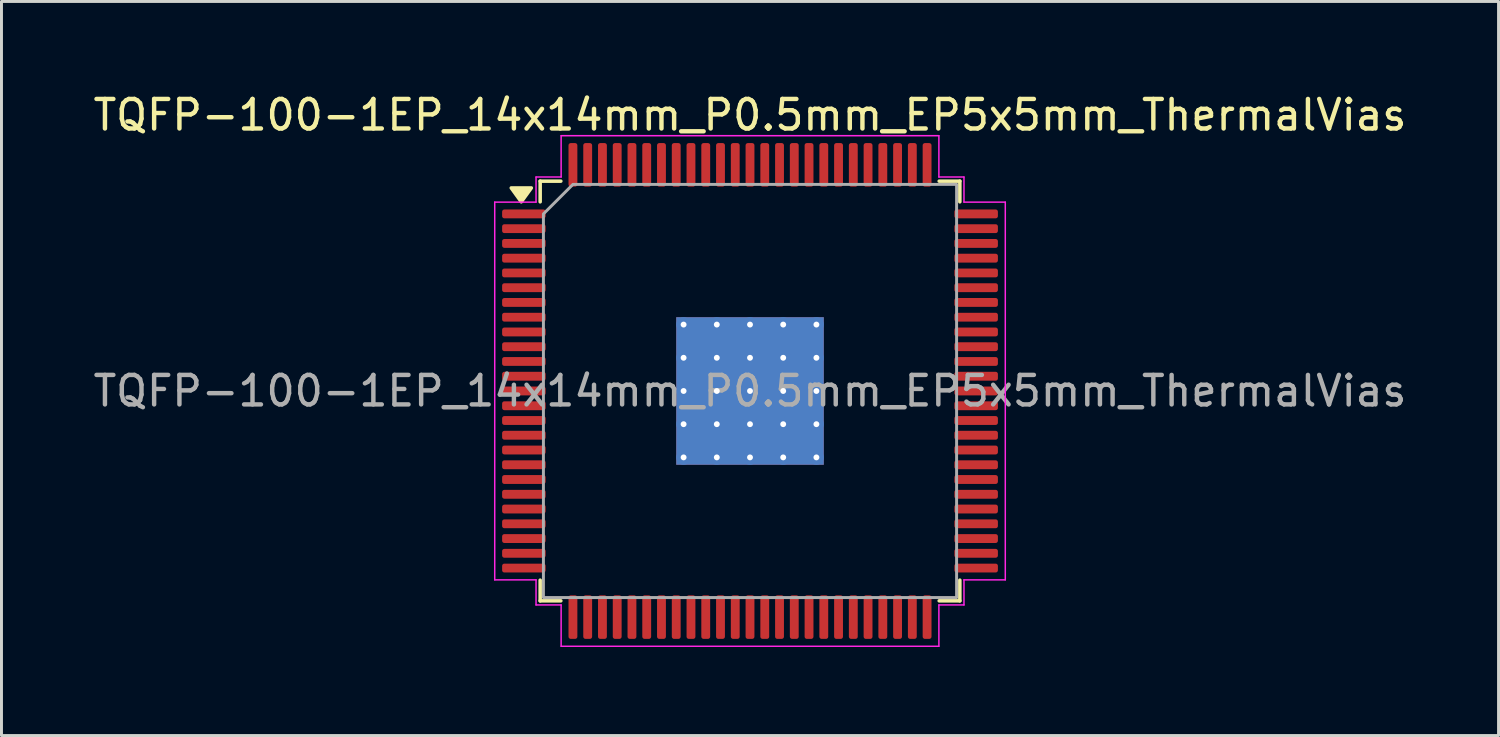
<source format=kicad_pcb>
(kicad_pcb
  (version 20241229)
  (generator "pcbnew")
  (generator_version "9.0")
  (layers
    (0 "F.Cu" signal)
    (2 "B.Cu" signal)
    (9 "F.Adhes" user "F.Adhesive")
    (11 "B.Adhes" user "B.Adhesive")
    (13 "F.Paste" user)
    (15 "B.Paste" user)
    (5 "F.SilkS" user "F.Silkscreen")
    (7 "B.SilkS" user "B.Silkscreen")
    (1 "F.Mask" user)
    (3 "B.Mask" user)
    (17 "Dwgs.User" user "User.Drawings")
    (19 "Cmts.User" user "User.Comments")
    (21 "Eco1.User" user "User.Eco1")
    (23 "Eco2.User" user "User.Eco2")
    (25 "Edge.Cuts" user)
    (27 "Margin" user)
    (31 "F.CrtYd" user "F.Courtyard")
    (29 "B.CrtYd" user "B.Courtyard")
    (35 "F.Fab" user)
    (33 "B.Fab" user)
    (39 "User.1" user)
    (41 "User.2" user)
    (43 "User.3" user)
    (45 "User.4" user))
  (footprint "TQFP-100-1EP_14x14mm_P0.5mm_EP5x5mm_ThermalVias"
    (layer "F.Cu")
    (at 22.363 10.198)
    (property "Reference" "TQFP-100-1EP_14x14mm_P0.5mm_EP5x5mm_ThermalVias" (at 0 -9.35 0) (layer "F.SilkS") (effects (font (size 1 1) (thickness 0.15))))
    (attr smd)
    (fp_line (start -7.11 -7.11) (end -6.41 -7.11) (stroke (width 0.12) (type solid)) (layer "F.SilkS"))
    (fp_line (start -7.11 -6.41) (end -7.11 -7.11) (stroke (width 0.12) (type solid)) (layer "F.SilkS"))
    (fp_line (start -7.11 7.11) (end -7.11 6.41) (stroke (width 0.12) (type solid)) (layer "F.SilkS"))
    (fp_line (start -6.41 7.11) (end -7.11 7.11) (stroke (width 0.12) (type solid)) (layer "F.SilkS"))
    (fp_line (start 6.41 -7.11) (end 7.11 -7.11) (stroke (width 0.12) (type solid)) (layer "F.SilkS"))
    (fp_line (start 7.11 -7.11) (end 7.11 -6.41) (stroke (width 0.12) (type solid)) (layer "F.SilkS"))
    (fp_line (start 7.11 6.41) (end 7.11 7.11) (stroke (width 0.12) (type solid)) (layer "F.SilkS"))
    (fp_line (start 7.11 7.11) (end 6.41 7.11) (stroke (width 0.12) (type solid)) (layer "F.SilkS"))
    (fp_poly (pts (xy -7.75 -6.41) (xy -8.09 -6.88) (xy -7.41 -6.88)) (stroke (width 0.12) (type solid)) (fill yes) (layer "F.SilkS"))
    (fp_line (start -8.65 -6.4) (end -7.25 -6.4) (stroke (width 0.05) (type solid)) (layer "F.CrtYd"))
    (fp_line (start -8.65 6.4) (end -8.65 -6.4) (stroke (width 0.05) (type solid)) (layer "F.CrtYd"))
    (fp_line (start -7.25 -7.25) (end -6.4 -7.25) (stroke (width 0.05) (type solid)) (layer "F.CrtYd"))
    (fp_line (start -7.25 -6.4) (end -7.25 -7.25) (stroke (width 0.05) (type solid)) (layer "F.CrtYd"))
    (fp_line (start -7.25 6.4) (end -8.65 6.4) (stroke (width 0.05) (type solid)) (layer "F.CrtYd"))
    (fp_line (start -7.25 7.25) (end -7.25 6.4) (stroke (width 0.05) (type solid)) (layer "F.CrtYd"))
    (fp_line (start -6.4 -8.65) (end 6.4 -8.65) (stroke (width 0.05) (type solid)) (layer "F.CrtYd"))
    (fp_line (start -6.4 -7.25) (end -6.4 -8.65) (stroke (width 0.05) (type solid)) (layer "F.CrtYd"))
    (fp_line (start -6.4 7.25) (end -7.25 7.25) (stroke (width 0.05) (type solid)) (layer "F.CrtYd"))
    (fp_line (start -6.4 8.65) (end -6.4 7.25) (stroke (width 0.05) (type solid)) (layer "F.CrtYd"))
    (fp_line (start 6.4 -8.65) (end 6.4 -7.25) (stroke (width 0.05) (type solid)) (layer "F.CrtYd"))
    (fp_line (start 6.4 -7.25) (end 7.25 -7.25) (stroke (width 0.05) (type solid)) (layer "F.CrtYd"))
    (fp_line (start 6.4 7.25) (end 6.4 8.65) (stroke (width 0.05) (type solid)) (layer "F.CrtYd"))
    (fp_line (start 6.4 8.65) (end -6.4 8.65) (stroke (width 0.05) (type solid)) (layer "F.CrtYd"))
    (fp_line (start 7.25 -7.25) (end 7.25 -6.4) (stroke (width 0.05) (type solid)) (layer "F.CrtYd"))
    (fp_line (start 7.25 -6.4) (end 8.65 -6.4) (stroke (width 0.05) (type solid)) (layer "F.CrtYd"))
    (fp_line (start 7.25 6.4) (end 7.25 7.25) (stroke (width 0.05) (type solid)) (layer "F.CrtYd"))
    (fp_line (start 7.25 7.25) (end 6.4 7.25) (stroke (width 0.05) (type solid)) (layer "F.CrtYd"))
    (fp_line (start 8.65 -6.4) (end 8.65 6.4) (stroke (width 0.05) (type solid)) (layer "F.CrtYd"))
    (fp_line (start 8.65 6.4) (end 7.25 6.4) (stroke (width 0.05) (type solid)) (layer "F.CrtYd"))
    (fp_poly (pts (xy -7 -6) (xy -7 7) (xy 7 7) (xy 7 -7) (xy -6 -7)) (stroke (width 0.1) (type solid)) (fill no) (layer "F.Fab"))
    (fp_text user "${REFERENCE}" (at 0 0 0) (layer "F.Fab") (effects (font (size 1 1) (thickness 0.15))))
    (pad "" smd roundrect (at -1.875 -1.875) (size 1.01 1.01) (layers "F.Paste") (roundrect_rratio 0.248))
    (pad "" smd roundrect (at -1.875 -0.625) (size 1.01 1.01) (layers "F.Paste") (roundrect_rratio 0.248))
    (pad "" smd roundrect (at -1.875 0.625) (size 1.01 1.01) (layers "F.Paste") (roundrect_rratio 0.248))
    (pad "" smd roundrect (at -1.875 1.875) (size 1.01 1.01) (layers "F.Paste") (roundrect_rratio 0.248))
    (pad "" smd roundrect (at -0.625 -1.875) (size 1.01 1.01) (layers "F.Paste") (roundrect_rratio 0.248))
    (pad "" smd roundrect (at -0.625 -0.625) (size 1.01 1.01) (layers "F.Paste") (roundrect_rratio 0.248))
    (pad "" smd roundrect (at -0.625 0.625) (size 1.01 1.01) (layers "F.Paste") (roundrect_rratio 0.248))
    (pad "" smd roundrect (at -0.625 1.875) (size 1.01 1.01) (layers "F.Paste") (roundrect_rratio 0.248))
    (pad "" smd roundrect (at 0.625 -1.875) (size 1.01 1.01) (layers "F.Paste") (roundrect_rratio 0.248))
    (pad "" smd roundrect (at 0.625 -0.625) (size 1.01 1.01) (layers "F.Paste") (roundrect_rratio 0.248))
    (pad "" smd roundrect (at 0.625 0.625) (size 1.01 1.01) (layers "F.Paste") (roundrect_rratio 0.248))
    (pad "" smd roundrect (at 0.625 1.875) (size 1.01 1.01) (layers "F.Paste") (roundrect_rratio 0.248))
    (pad "" smd roundrect (at 1.875 -1.875) (size 1.01 1.01) (layers "F.Paste") (roundrect_rratio 0.248))
    (pad "" smd roundrect (at 1.875 -0.625) (size 1.01 1.01) (layers "F.Paste") (roundrect_rratio 0.248))
    (pad "" smd roundrect (at 1.875 0.625) (size 1.01 1.01) (layers "F.Paste") (roundrect_rratio 0.248))
    (pad "" smd roundrect (at 1.875 1.875) (size 1.01 1.01) (layers "F.Paste") (roundrect_rratio 0.248))
    (pad "1" smd roundrect (at -7.662 -6) (size 1.475 0.3) (layers "F.Cu" "F.Mask" "F.Paste") (roundrect_rratio 0.25))
    (pad "2" smd roundrect (at -7.662 -5.5) (size 1.475 0.3) (layers "F.Cu" "F.Mask" "F.Paste") (roundrect_rratio 0.25))
    (pad "3" smd roundrect (at -7.662 -5) (size 1.475 0.3) (layers "F.Cu" "F.Mask" "F.Paste") (roundrect_rratio 0.25))
    (pad "4" smd roundrect (at -7.662 -4.5) (size 1.475 0.3) (layers "F.Cu" "F.Mask" "F.Paste") (roundrect_rratio 0.25))
    (pad "5" smd roundrect (at -7.662 -4) (size 1.475 0.3) (layers "F.Cu" "F.Mask" "F.Paste") (roundrect_rratio 0.25))
    (pad "6" smd roundrect (at -7.662 -3.5) (size 1.475 0.3) (layers "F.Cu" "F.Mask" "F.Paste") (roundrect_rratio 0.25))
    (pad "7" smd roundrect (at -7.662 -3) (size 1.475 0.3) (layers "F.Cu" "F.Mask" "F.Paste") (roundrect_rratio 0.25))
    (pad "8" smd roundrect (at -7.662 -2.5) (size 1.475 0.3) (layers "F.Cu" "F.Mask" "F.Paste") (roundrect_rratio 0.25))
    (pad "9" smd roundrect (at -7.662 -2) (size 1.475 0.3) (layers "F.Cu" "F.Mask" "F.Paste") (roundrect_rratio 0.25))
    (pad "10" smd roundrect (at -7.662 -1.5) (size 1.475 0.3) (layers "F.Cu" "F.Mask" "F.Paste") (roundrect_rratio 0.25))
    (pad "11" smd roundrect (at -7.662 -1) (size 1.475 0.3) (layers "F.Cu" "F.Mask" "F.Paste") (roundrect_rratio 0.25))
    (pad "12" smd roundrect (at -7.662 -0.5) (size 1.475 0.3) (layers "F.Cu" "F.Mask" "F.Paste") (roundrect_rratio 0.25))
    (pad "13" smd roundrect (at -7.662 0) (size 1.475 0.3) (layers "F.Cu" "F.Mask" "F.Paste") (roundrect_rratio 0.25))
    (pad "14" smd roundrect (at -7.662 0.5) (size 1.475 0.3) (layers "F.Cu" "F.Mask" "F.Paste") (roundrect_rratio 0.25))
    (pad "15" smd roundrect (at -7.662 1) (size 1.475 0.3) (layers "F.Cu" "F.Mask" "F.Paste") (roundrect_rratio 0.25))
    (pad "16" smd roundrect (at -7.662 1.5) (size 1.475 0.3) (layers "F.Cu" "F.Mask" "F.Paste") (roundrect_rratio 0.25))
    (pad "17" smd roundrect (at -7.662 2) (size 1.475 0.3) (layers "F.Cu" "F.Mask" "F.Paste") (roundrect_rratio 0.25))
    (pad "18" smd roundrect (at -7.662 2.5) (size 1.475 0.3) (layers "F.Cu" "F.Mask" "F.Paste") (roundrect_rratio 0.25))
    (pad "19" smd roundrect (at -7.662 3) (size 1.475 0.3) (layers "F.Cu" "F.Mask" "F.Paste") (roundrect_rratio 0.25))
    (pad "20" smd roundrect (at -7.662 3.5) (size 1.475 0.3) (layers "F.Cu" "F.Mask" "F.Paste") (roundrect_rratio 0.25))
    (pad "21" smd roundrect (at -7.662 4) (size 1.475 0.3) (layers "F.Cu" "F.Mask" "F.Paste") (roundrect_rratio 0.25))
    (pad "22" smd roundrect (at -7.662 4.5) (size 1.475 0.3) (layers "F.Cu" "F.Mask" "F.Paste") (roundrect_rratio 0.25))
    (pad "23" smd roundrect (at -7.662 5) (size 1.475 0.3) (layers "F.Cu" "F.Mask" "F.Paste") (roundrect_rratio 0.25))
    (pad "24" smd roundrect (at -7.662 5.5) (size 1.475 0.3) (layers "F.Cu" "F.Mask" "F.Paste") (roundrect_rratio 0.25))
    (pad "25" smd roundrect (at -7.662 6) (size 1.475 0.3) (layers "F.Cu" "F.Mask" "F.Paste") (roundrect_rratio 0.25))
    (pad "26" smd roundrect (at -6 7.662) (size 0.3 1.475) (layers "F.Cu" "F.Mask" "F.Paste") (roundrect_rratio 0.25))
    (pad "27" smd roundrect (at -5.5 7.662) (size 0.3 1.475) (layers "F.Cu" "F.Mask" "F.Paste") (roundrect_rratio 0.25))
    (pad "28" smd roundrect (at -5 7.662) (size 0.3 1.475) (layers "F.Cu" "F.Mask" "F.Paste") (roundrect_rratio 0.25))
    (pad "29" smd roundrect (at -4.5 7.662) (size 0.3 1.475) (layers "F.Cu" "F.Mask" "F.Paste") (roundrect_rratio 0.25))
    (pad "30" smd roundrect (at -4 7.662) (size 0.3 1.475) (layers "F.Cu" "F.Mask" "F.Paste") (roundrect_rratio 0.25))
    (pad "31" smd roundrect (at -3.5 7.662) (size 0.3 1.475) (layers "F.Cu" "F.Mask" "F.Paste") (roundrect_rratio 0.25))
    (pad "32" smd roundrect (at -3 7.662) (size 0.3 1.475) (layers "F.Cu" "F.Mask" "F.Paste") (roundrect_rratio 0.25))
    (pad "33" smd roundrect (at -2.5 7.662) (size 0.3 1.475) (layers "F.Cu" "F.Mask" "F.Paste") (roundrect_rratio 0.25))
    (pad "34" smd roundrect (at -2 7.662) (size 0.3 1.475) (layers "F.Cu" "F.Mask" "F.Paste") (roundrect_rratio 0.25))
    (pad "35" smd roundrect (at -1.5 7.662) (size 0.3 1.475) (layers "F.Cu" "F.Mask" "F.Paste") (roundrect_rratio 0.25))
    (pad "36" smd roundrect (at -1 7.662) (size 0.3 1.475) (layers "F.Cu" "F.Mask" "F.Paste") (roundrect_rratio 0.25))
    (pad "37" smd roundrect (at -0.5 7.662) (size 0.3 1.475) (layers "F.Cu" "F.Mask" "F.Paste") (roundrect_rratio 0.25))
    (pad "38" smd roundrect (at 0 7.662) (size 0.3 1.475) (layers "F.Cu" "F.Mask" "F.Paste") (roundrect_rratio 0.25))
    (pad "39" smd roundrect (at 0.5 7.662) (size 0.3 1.475) (layers "F.Cu" "F.Mask" "F.Paste") (roundrect_rratio 0.25))
    (pad "40" smd roundrect (at 1 7.662) (size 0.3 1.475) (layers "F.Cu" "F.Mask" "F.Paste") (roundrect_rratio 0.25))
    (pad "41" smd roundrect (at 1.5 7.662) (size 0.3 1.475) (layers "F.Cu" "F.Mask" "F.Paste") (roundrect_rratio 0.25))
    (pad "42" smd roundrect (at 2 7.662) (size 0.3 1.475) (layers "F.Cu" "F.Mask" "F.Paste") (roundrect_rratio 0.25))
    (pad "43" smd roundrect (at 2.5 7.662) (size 0.3 1.475) (layers "F.Cu" "F.Mask" "F.Paste") (roundrect_rratio 0.25))
    (pad "44" smd roundrect (at 3 7.662) (size 0.3 1.475) (layers "F.Cu" "F.Mask" "F.Paste") (roundrect_rratio 0.25))
    (pad "45" smd roundrect (at 3.5 7.662) (size 0.3 1.475) (layers "F.Cu" "F.Mask" "F.Paste") (roundrect_rratio 0.25))
    (pad "46" smd roundrect (at 4 7.662) (size 0.3 1.475) (layers "F.Cu" "F.Mask" "F.Paste") (roundrect_rratio 0.25))
    (pad "47" smd roundrect (at 4.5 7.662) (size 0.3 1.475) (layers "F.Cu" "F.Mask" "F.Paste") (roundrect_rratio 0.25))
    (pad "48" smd roundrect (at 5 7.662) (size 0.3 1.475) (layers "F.Cu" "F.Mask" "F.Paste") (roundrect_rratio 0.25))
    (pad "49" smd roundrect (at 5.5 7.662) (size 0.3 1.475) (layers "F.Cu" "F.Mask" "F.Paste") (roundrect_rratio 0.25))
    (pad "50" smd roundrect (at 6 7.662) (size 0.3 1.475) (layers "F.Cu" "F.Mask" "F.Paste") (roundrect_rratio 0.25))
    (pad "51" smd roundrect (at 7.662 6) (size 1.475 0.3) (layers "F.Cu" "F.Mask" "F.Paste") (roundrect_rratio 0.25))
    (pad "52" smd roundrect (at 7.662 5.5) (size 1.475 0.3) (layers "F.Cu" "F.Mask" "F.Paste") (roundrect_rratio 0.25))
    (pad "53" smd roundrect (at 7.662 5) (size 1.475 0.3) (layers "F.Cu" "F.Mask" "F.Paste") (roundrect_rratio 0.25))
    (pad "54" smd roundrect (at 7.662 4.5) (size 1.475 0.3) (layers "F.Cu" "F.Mask" "F.Paste") (roundrect_rratio 0.25))
    (pad "55" smd roundrect (at 7.662 4) (size 1.475 0.3) (layers "F.Cu" "F.Mask" "F.Paste") (roundrect_rratio 0.25))
    (pad "56" smd roundrect (at 7.662 3.5) (size 1.475 0.3) (layers "F.Cu" "F.Mask" "F.Paste") (roundrect_rratio 0.25))
    (pad "57" smd roundrect (at 7.662 3) (size 1.475 0.3) (layers "F.Cu" "F.Mask" "F.Paste") (roundrect_rratio 0.25))
    (pad "58" smd roundrect (at 7.662 2.5) (size 1.475 0.3) (layers "F.Cu" "F.Mask" "F.Paste") (roundrect_rratio 0.25))
    (pad "59" smd roundrect (at 7.662 2) (size 1.475 0.3) (layers "F.Cu" "F.Mask" "F.Paste") (roundrect_rratio 0.25))
    (pad "60" smd roundrect (at 7.662 1.5) (size 1.475 0.3) (layers "F.Cu" "F.Mask" "F.Paste") (roundrect_rratio 0.25))
    (pad "61" smd roundrect (at 7.662 1) (size 1.475 0.3) (layers "F.Cu" "F.Mask" "F.Paste") (roundrect_rratio 0.25))
    (pad "62" smd roundrect (at 7.662 0.5) (size 1.475 0.3) (layers "F.Cu" "F.Mask" "F.Paste") (roundrect_rratio 0.25))
    (pad "63" smd roundrect (at 7.662 0) (size 1.475 0.3) (layers "F.Cu" "F.Mask" "F.Paste") (roundrect_rratio 0.25))
    (pad "64" smd roundrect (at 7.662 -0.5) (size 1.475 0.3) (layers "F.Cu" "F.Mask" "F.Paste") (roundrect_rratio 0.25))
    (pad "65" smd roundrect (at 7.662 -1) (size 1.475 0.3) (layers "F.Cu" "F.Mask" "F.Paste") (roundrect_rratio 0.25))
    (pad "66" smd roundrect (at 7.662 -1.5) (size 1.475 0.3) (layers "F.Cu" "F.Mask" "F.Paste") (roundrect_rratio 0.25))
    (pad "67" smd roundrect (at 7.662 -2) (size 1.475 0.3) (layers "F.Cu" "F.Mask" "F.Paste") (roundrect_rratio 0.25))
    (pad "68" smd roundrect (at 7.662 -2.5) (size 1.475 0.3) (layers "F.Cu" "F.Mask" "F.Paste") (roundrect_rratio 0.25))
    (pad "69" smd roundrect (at 7.662 -3) (size 1.475 0.3) (layers "F.Cu" "F.Mask" "F.Paste") (roundrect_rratio 0.25))
    (pad "70" smd roundrect (at 7.662 -3.5) (size 1.475 0.3) (layers "F.Cu" "F.Mask" "F.Paste") (roundrect_rratio 0.25))
    (pad "71" smd roundrect (at 7.662 -4) (size 1.475 0.3) (layers "F.Cu" "F.Mask" "F.Paste") (roundrect_rratio 0.25))
    (pad "72" smd roundrect (at 7.662 -4.5) (size 1.475 0.3) (layers "F.Cu" "F.Mask" "F.Paste") (roundrect_rratio 0.25))
    (pad "73" smd roundrect (at 7.662 -5) (size 1.475 0.3) (layers "F.Cu" "F.Mask" "F.Paste") (roundrect_rratio 0.25))
    (pad "74" smd roundrect (at 7.662 -5.5) (size 1.475 0.3) (layers "F.Cu" "F.Mask" "F.Paste") (roundrect_rratio 0.25))
    (pad "75" smd roundrect (at 7.662 -6) (size 1.475 0.3) (layers "F.Cu" "F.Mask" "F.Paste") (roundrect_rratio 0.25))
    (pad "76" smd roundrect (at 6 -7.662) (size 0.3 1.475) (layers "F.Cu" "F.Mask" "F.Paste") (roundrect_rratio 0.25))
    (pad "77" smd roundrect (at 5.5 -7.662) (size 0.3 1.475) (layers "F.Cu" "F.Mask" "F.Paste") (roundrect_rratio 0.25))
    (pad "78" smd roundrect (at 5 -7.662) (size 0.3 1.475) (layers "F.Cu" "F.Mask" "F.Paste") (roundrect_rratio 0.25))
    (pad "79" smd roundrect (at 4.5 -7.662) (size 0.3 1.475) (layers "F.Cu" "F.Mask" "F.Paste") (roundrect_rratio 0.25))
    (pad "80" smd roundrect (at 4 -7.662) (size 0.3 1.475) (layers "F.Cu" "F.Mask" "F.Paste") (roundrect_rratio 0.25))
    (pad "81" smd roundrect (at 3.5 -7.662) (size 0.3 1.475) (layers "F.Cu" "F.Mask" "F.Paste") (roundrect_rratio 0.25))
    (pad "82" smd roundrect (at 3 -7.662) (size 0.3 1.475) (layers "F.Cu" "F.Mask" "F.Paste") (roundrect_rratio 0.25))
    (pad "83" smd roundrect (at 2.5 -7.662) (size 0.3 1.475) (layers "F.Cu" "F.Mask" "F.Paste") (roundrect_rratio 0.25))
    (pad "84" smd roundrect (at 2 -7.662) (size 0.3 1.475) (layers "F.Cu" "F.Mask" "F.Paste") (roundrect_rratio 0.25))
    (pad "85" smd roundrect (at 1.5 -7.662) (size 0.3 1.475) (layers "F.Cu" "F.Mask" "F.Paste") (roundrect_rratio 0.25))
    (pad "86" smd roundrect (at 1 -7.662) (size 0.3 1.475) (layers "F.Cu" "F.Mask" "F.Paste") (roundrect_rratio 0.25))
    (pad "87" smd roundrect (at 0.5 -7.662) (size 0.3 1.475) (layers "F.Cu" "F.Mask" "F.Paste") (roundrect_rratio 0.25))
    (pad "88" smd roundrect (at 0 -7.662) (size 0.3 1.475) (layers "F.Cu" "F.Mask" "F.Paste") (roundrect_rratio 0.25))
    (pad "89" smd roundrect (at -0.5 -7.662) (size 0.3 1.475) (layers "F.Cu" "F.Mask" "F.Paste") (roundrect_rratio 0.25))
    (pad "90" smd roundrect (at -1 -7.662) (size 0.3 1.475) (layers "F.Cu" "F.Mask" "F.Paste") (roundrect_rratio 0.25))
    (pad "91" smd roundrect (at -1.5 -7.662) (size 0.3 1.475) (layers "F.Cu" "F.Mask" "F.Paste") (roundrect_rratio 0.25))
    (pad "92" smd roundrect (at -2 -7.662) (size 0.3 1.475) (layers "F.Cu" "F.Mask" "F.Paste") (roundrect_rratio 0.25))
    (pad "93" smd roundrect (at -2.5 -7.662) (size 0.3 1.475) (layers "F.Cu" "F.Mask" "F.Paste") (roundrect_rratio 0.25))
    (pad "94" smd roundrect (at -3 -7.662) (size 0.3 1.475) (layers "F.Cu" "F.Mask" "F.Paste") (roundrect_rratio 0.25))
    (pad "95" smd roundrect (at -3.5 -7.662) (size 0.3 1.475) (layers "F.Cu" "F.Mask" "F.Paste") (roundrect_rratio 0.25))
    (pad "96" smd roundrect (at -4 -7.662) (size 0.3 1.475) (layers "F.Cu" "F.Mask" "F.Paste") (roundrect_rratio 0.25))
    (pad "97" smd roundrect (at -4.5 -7.662) (size 0.3 1.475) (layers "F.Cu" "F.Mask" "F.Paste") (roundrect_rratio 0.25))
    (pad "98" smd roundrect (at -5 -7.662) (size 0.3 1.475) (layers "F.Cu" "F.Mask" "F.Paste") (roundrect_rratio 0.25))
    (pad "99" smd roundrect (at -5.5 -7.662) (size 0.3 1.475) (layers "F.Cu" "F.Mask" "F.Paste") (roundrect_rratio 0.25))
    (pad "100" smd roundrect (at -6 -7.662) (size 0.3 1.475) (layers "F.Cu" "F.Mask" "F.Paste") (roundrect_rratio 0.25))
    (pad "101" thru_hole circle (at -2.25 -2.25) (size 0.5 0.5) (drill 0.2) (property pad_prop_heatsink) (layers "*.Cu"))
    (pad "101" thru_hole circle (at -2.25 -1.125) (size 0.5 0.5) (drill 0.2) (property pad_prop_heatsink) (layers "*.Cu"))
    (pad "101" thru_hole circle (at -2.25 0) (size 0.5 0.5) (drill 0.2) (property pad_prop_heatsink) (layers "*.Cu"))
    (pad "101" thru_hole circle (at -2.25 1.125) (size 0.5 0.5) (drill 0.2) (property pad_prop_heatsink) (layers "*.Cu"))
    (pad "101" thru_hole circle (at -2.25 2.25) (size 0.5 0.5) (drill 0.2) (property pad_prop_heatsink) (layers "*.Cu"))
    (pad "101" thru_hole circle (at -1.125 -2.25) (size 0.5 0.5) (drill 0.2) (property pad_prop_heatsink) (layers "*.Cu"))
    (pad "101" thru_hole circle (at -1.125 -1.125) (size 0.5 0.5) (drill 0.2) (property pad_prop_heatsink) (layers "*.Cu"))
    (pad "101" thru_hole circle (at -1.125 0) (size 0.5 0.5) (drill 0.2) (property pad_prop_heatsink) (layers "*.Cu"))
    (pad "101" thru_hole circle (at -1.125 1.125) (size 0.5 0.5) (drill 0.2) (property pad_prop_heatsink) (layers "*.Cu"))
    (pad "101" thru_hole circle (at -1.125 2.25) (size 0.5 0.5) (drill 0.2) (property pad_prop_heatsink) (layers "*.Cu"))
    (pad "101" thru_hole circle (at 0 -2.25) (size 0.5 0.5) (drill 0.2) (property pad_prop_heatsink) (layers "*.Cu"))
    (pad "101" thru_hole circle (at 0 -1.125) (size 0.5 0.5) (drill 0.2) (property pad_prop_heatsink) (layers "*.Cu"))
    (pad "101" thru_hole circle (at 0 0) (size 0.5 0.5) (drill 0.2) (property pad_prop_heatsink) (layers "*.Cu"))
    (pad "101" smd rect (at 0 0) (size 5 5) (property pad_prop_heatsink) (layers "F.Cu" "F.Mask"))
    (pad "101" smd rect (at 0 0) (size 5 5) (property pad_prop_heatsink) (layers "B.Cu"))
    (pad "101" thru_hole circle (at 0 1.125) (size 0.5 0.5) (drill 0.2) (property pad_prop_heatsink) (layers "*.Cu"))
    (pad "101" thru_hole circle (at 0 2.25) (size 0.5 0.5) (drill 0.2) (property pad_prop_heatsink) (layers "*.Cu"))
    (pad "101" thru_hole circle (at 1.125 -2.25) (size 0.5 0.5) (drill 0.2) (property pad_prop_heatsink) (layers "*.Cu"))
    (pad "101" thru_hole circle (at 1.125 -1.125) (size 0.5 0.5) (drill 0.2) (property pad_prop_heatsink) (layers "*.Cu"))
    (pad "101" thru_hole circle (at 1.125 0) (size 0.5 0.5) (drill 0.2) (property pad_prop_heatsink) (layers "*.Cu"))
    (pad "101" thru_hole circle (at 1.125 1.125) (size 0.5 0.5) (drill 0.2) (property pad_prop_heatsink) (layers "*.Cu"))
    (pad "101" thru_hole circle (at 1.125 2.25) (size 0.5 0.5) (drill 0.2) (property pad_prop_heatsink) (layers "*.Cu"))
    (pad "101" thru_hole circle (at 2.25 -2.25) (size 0.5 0.5) (drill 0.2) (property pad_prop_heatsink) (layers "*.Cu"))
    (pad "101" thru_hole circle (at 2.25 -1.125) (size 0.5 0.5) (drill 0.2) (property pad_prop_heatsink) (layers "*.Cu"))
    (pad "101" thru_hole circle (at 2.25 0) (size 0.5 0.5) (drill 0.2) (property pad_prop_heatsink) (layers "*.Cu"))
    (pad "101" thru_hole circle (at 2.25 1.125) (size 0.5 0.5) (drill 0.2) (property pad_prop_heatsink) (layers "*.Cu"))
    (pad "101" thru_hole circle (at 2.25 2.25) (size 0.5 0.5) (drill 0.2) (property pad_prop_heatsink) (layers "*.Cu")))
  (gr_rect
    (start -3 -3)
    (end 47.726 21.873)
    (stroke (width 0.1) (type default))
    (fill no)
    (layer "Edge.Cuts")))
</source>
